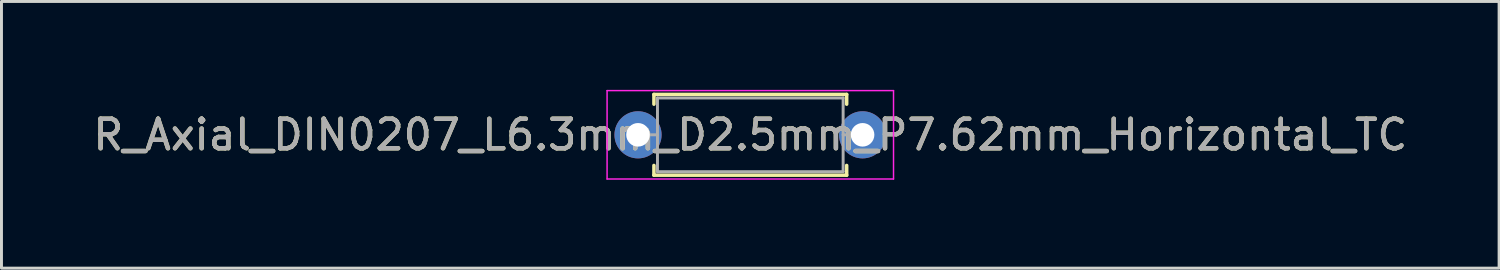
<source format=kicad_pcb>
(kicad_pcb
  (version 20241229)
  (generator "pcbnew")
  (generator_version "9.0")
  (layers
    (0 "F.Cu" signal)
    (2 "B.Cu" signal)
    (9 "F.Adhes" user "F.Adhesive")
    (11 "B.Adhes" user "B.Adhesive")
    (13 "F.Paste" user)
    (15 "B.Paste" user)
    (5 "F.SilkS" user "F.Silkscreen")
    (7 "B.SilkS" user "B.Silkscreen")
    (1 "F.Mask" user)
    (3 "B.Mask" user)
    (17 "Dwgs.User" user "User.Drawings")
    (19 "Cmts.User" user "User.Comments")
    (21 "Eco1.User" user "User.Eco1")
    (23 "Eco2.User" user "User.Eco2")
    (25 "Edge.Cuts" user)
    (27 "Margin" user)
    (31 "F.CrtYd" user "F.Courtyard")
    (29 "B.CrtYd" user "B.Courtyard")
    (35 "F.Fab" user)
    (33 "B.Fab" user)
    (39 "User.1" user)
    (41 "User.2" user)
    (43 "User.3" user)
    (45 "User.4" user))
  (footprint "R_Axial_DIN0207_L6.3mm_D2.5mm_P7.62mm_Horizontal_TC"
    (layer "F.Cu")
    (at 18.601 1.525)
    (property "Reference" "R_Axial_DIN0207_L6.3mm_D2.5mm_P7.62mm_Horizontal_TC" (at 3.81 0 0) (layer "F.SilkS") (effects (font (size 1 1) (thickness 0.15))))
    (attr through_hole)
    (fp_line (start 0.54 -1.37) (end 7.08 -1.37) (stroke (width 0.12) (type solid)) (layer "F.SilkS"))
    (fp_line (start 0.54 -1.04) (end 0.54 -1.37) (stroke (width 0.12) (type solid)) (layer "F.SilkS"))
    (fp_line (start 0.54 1.04) (end 0.54 1.37) (stroke (width 0.12) (type solid)) (layer "F.SilkS"))
    (fp_line (start 0.54 1.37) (end 7.08 1.37) (stroke (width 0.12) (type solid)) (layer "F.SilkS"))
    (fp_line (start 7.08 -1.37) (end 7.08 -1.04) (stroke (width 0.12) (type solid)) (layer "F.SilkS"))
    (fp_line (start 7.08 1.37) (end 7.08 1.04) (stroke (width 0.12) (type solid)) (layer "F.SilkS"))
    (fp_line (start -1.05 -1.5) (end -1.05 1.5) (stroke (width 0.05) (type solid)) (layer "F.CrtYd"))
    (fp_line (start -1.05 1.5) (end 8.67 1.5) (stroke (width 0.05) (type solid)) (layer "F.CrtYd"))
    (fp_line (start 8.67 -1.5) (end -1.05 -1.5) (stroke (width 0.05) (type solid)) (layer "F.CrtYd"))
    (fp_line (start 8.67 1.5) (end 8.67 -1.5) (stroke (width 0.05) (type solid)) (layer "F.CrtYd"))
    (fp_line (start 0 0) (end 0.66 0) (stroke (width 0.1) (type solid)) (layer "F.Fab"))
    (fp_line (start 0.66 -1.25) (end 0.66 1.25) (stroke (width 0.1) (type solid)) (layer "F.Fab"))
    (fp_line (start 0.66 1.25) (end 6.96 1.25) (stroke (width 0.1) (type solid)) (layer "F.Fab"))
    (fp_line (start 6.96 -1.25) (end 0.66 -1.25) (stroke (width 0.1) (type solid)) (layer "F.Fab"))
    (fp_line (start 6.96 1.25) (end 6.96 -1.25) (stroke (width 0.1) (type solid)) (layer "F.Fab"))
    (fp_line (start 7.62 0) (end 6.96 0) (stroke (width 0.1) (type solid)) (layer "F.Fab"))
    (fp_text user "${REFERENCE}" (at 3.81 0 0) (layer "F.Fab") (effects (font (size 1 1) (thickness 0.15))))
    (pad "1" thru_hole circle (at 0 0) (size 1.6 1.6) (drill 0.8) (layers "*.Cu" "*.Mask"))
    (pad "2" thru_hole oval (at 7.62 0) (size 1.6 1.6) (drill 0.8) (layers "*.Cu" "*.Mask")))
  (gr_rect
    (start -3 -3)
    (end 47.821 6.05)
    (stroke (width 0.1) (type default))
    (fill no)
    (layer "Edge.Cuts")))
</source>
